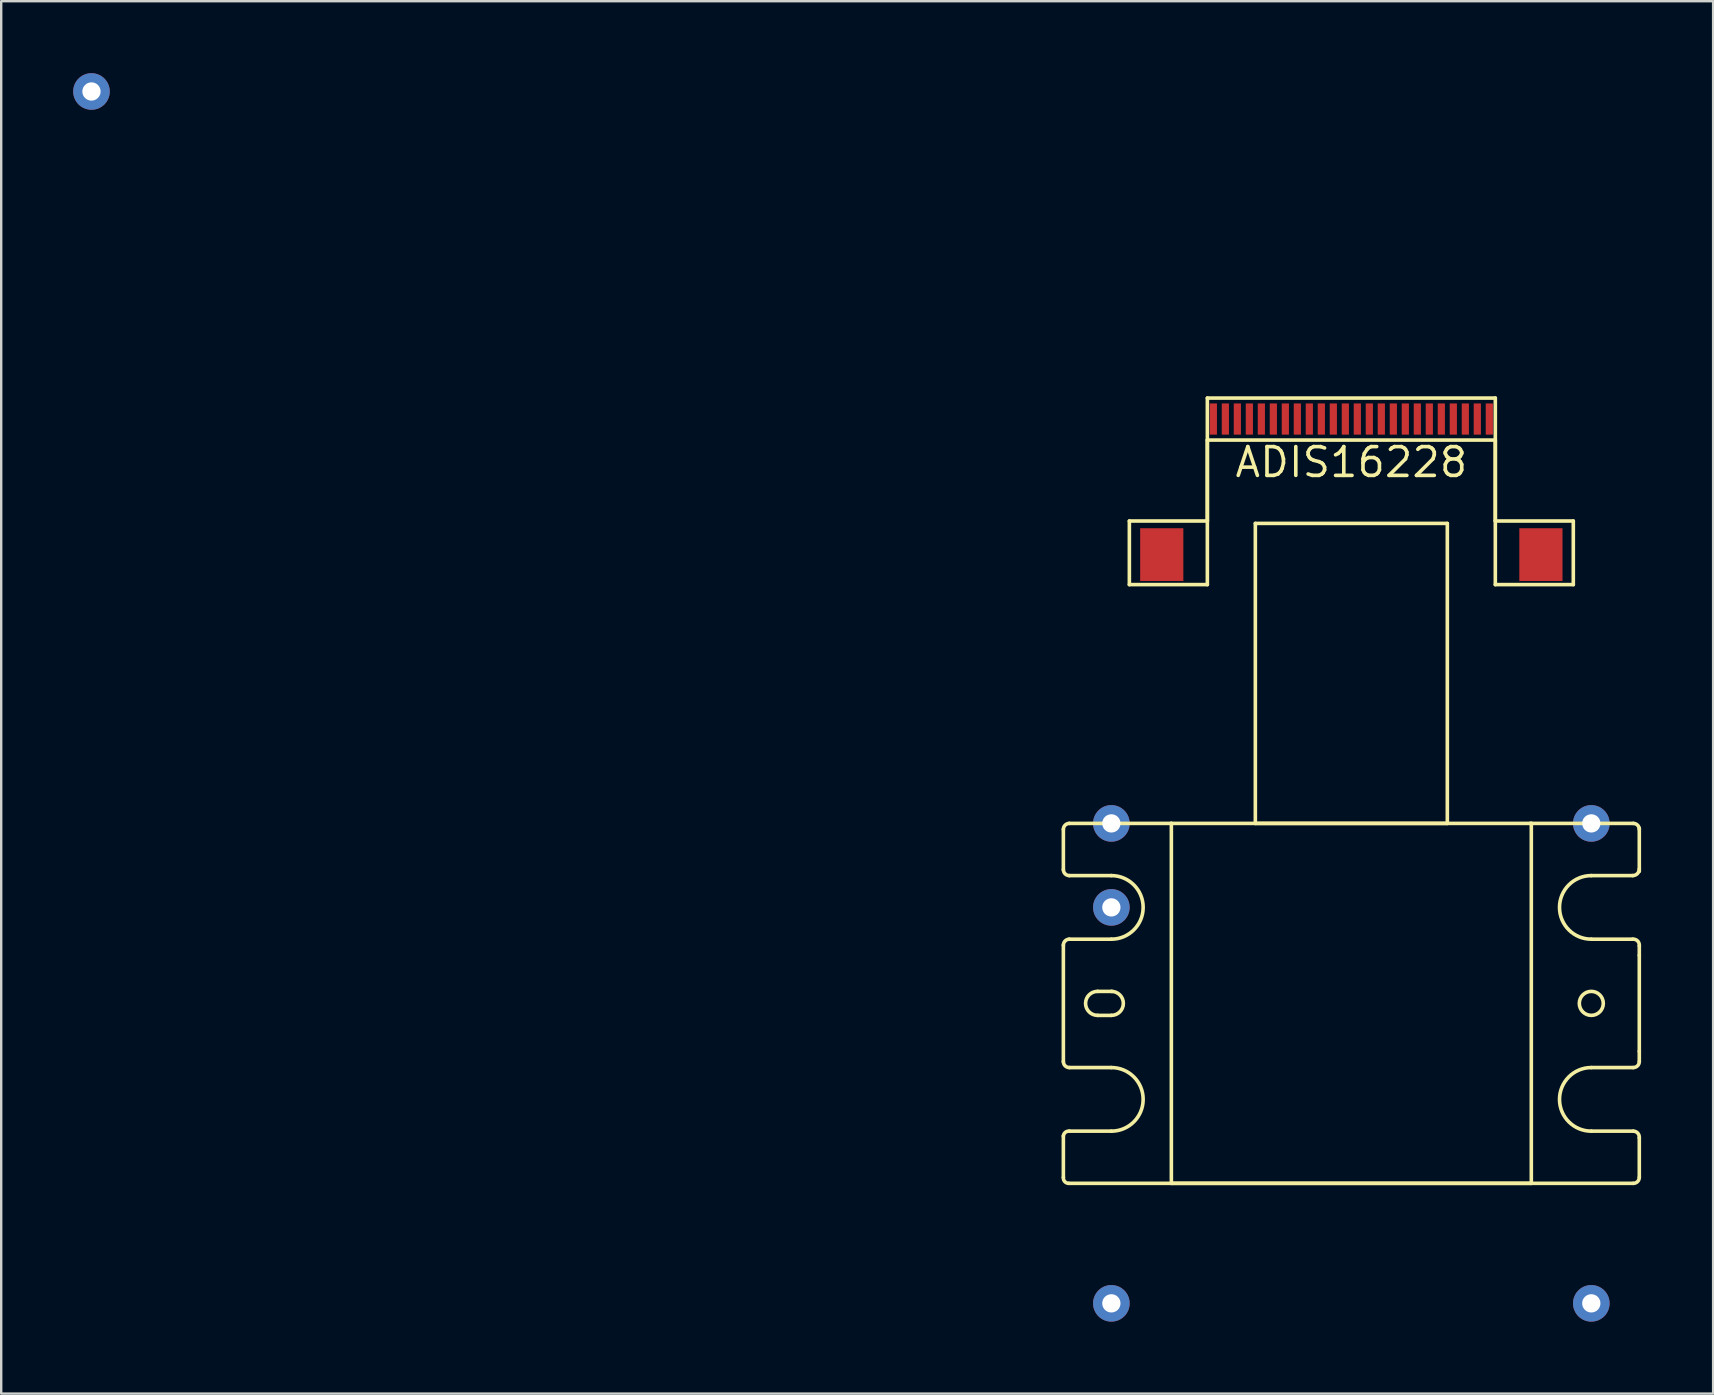
<source format=kicad_pcb>
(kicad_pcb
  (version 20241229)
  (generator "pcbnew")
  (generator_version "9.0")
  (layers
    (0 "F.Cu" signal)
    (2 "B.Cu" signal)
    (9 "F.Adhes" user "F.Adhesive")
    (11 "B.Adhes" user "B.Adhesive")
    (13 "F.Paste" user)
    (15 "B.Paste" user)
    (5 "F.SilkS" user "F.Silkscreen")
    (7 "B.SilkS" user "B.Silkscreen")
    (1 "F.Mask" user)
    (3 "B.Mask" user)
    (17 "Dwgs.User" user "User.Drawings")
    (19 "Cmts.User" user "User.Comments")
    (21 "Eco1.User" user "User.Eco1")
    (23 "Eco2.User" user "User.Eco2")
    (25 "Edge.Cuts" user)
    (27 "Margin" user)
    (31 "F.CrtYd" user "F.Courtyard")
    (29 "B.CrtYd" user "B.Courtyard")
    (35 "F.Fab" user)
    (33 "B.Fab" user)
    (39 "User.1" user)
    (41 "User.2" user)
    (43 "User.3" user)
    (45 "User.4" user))
  (footprint "ADIS16228"
    (layer "F.Cu")
    (at 53.262 21.262)
    (property "Reference" "ADIS16228" (at 0 -5.05 0) (layer "F.SilkS") (effects (font (size 1.2 1.2) (thickness 0.15))))
    (attr through_hole)
    (fp_line (start -12 10.25) (end -12 11.925) (stroke (width 0.15) (type solid)) (layer "F.SilkS"))
    (fp_line (start -12 15.075) (end -12 19.925) (stroke (width 0.15) (type solid)) (layer "F.SilkS"))
    (fp_line (start -12 23.025) (end -12 24.75) (stroke (width 0.15) (type solid)) (layer "F.SilkS"))
    (fp_line (start -11.775 25) (end 11.75 25) (stroke (width 0.15) (type solid)) (layer "F.SilkS"))
    (fp_line (start -11.75 10) (end -7.5 10) (stroke (width 0.15) (type solid)) (layer "F.SilkS"))
    (fp_line (start -10.575 18) (end -10 18) (stroke (width 0.15) (type solid)) (layer "F.SilkS"))
    (fp_line (start -10 12.175) (end -11.75 12.175) (stroke (width 0.15) (type solid)) (layer "F.SilkS"))
    (fp_line (start -10 14.825) (end -11.75 14.825) (stroke (width 0.15) (type solid)) (layer "F.SilkS"))
    (fp_line (start -10 20.175) (end -11.75 20.175) (stroke (width 0.15) (type solid)) (layer "F.SilkS"))
    (fp_line (start -10 22.825) (end -11.75 22.825) (stroke (width 0.15) (type solid)) (layer "F.SilkS"))
    (fp_line (start -9.975 17) (end -10.575 17) (stroke (width 0.15) (type solid)) (layer "F.SilkS"))
    (fp_line (start -9.25 -2.6) (end -6 -2.6) (stroke (width 0.15) (type solid)) (layer "F.SilkS"))
    (fp_line (start -9.25 0.05) (end -9.25 -2.6) (stroke (width 0.15) (type solid)) (layer "F.SilkS"))
    (fp_line (start -7.5 10) (end -7.5 25) (stroke (width 0.15) (type solid)) (layer "F.SilkS"))
    (fp_line (start -7.5 25) (end 7.5 25) (stroke (width 0.15) (type solid)) (layer "F.SilkS"))
    (fp_line (start -6 -7.725) (end 6 -7.725) (stroke (width 0.15) (type solid)) (layer "F.SilkS"))
    (fp_line (start -6 -5.975) (end -6 0.05) (stroke (width 0.15) (type solid)) (layer "F.SilkS"))
    (fp_line (start -6 -5.975) (end 6 -5.975) (stroke (width 0.15) (type solid)) (layer "F.SilkS"))
    (fp_line (start -6 -2.6) (end -6 -7.725) (stroke (width 0.15) (type solid)) (layer "F.SilkS"))
    (fp_line (start -6 0.05) (end -9.25 0.05) (stroke (width 0.15) (type solid)) (layer "F.SilkS"))
    (fp_line (start -4 -2.5) (end 4 -2.5) (stroke (width 0.15) (type solid)) (layer "F.SilkS"))
    (fp_line (start -4 10) (end -4 -2.5) (stroke (width 0.15) (type solid)) (layer "F.SilkS"))
    (fp_line (start 4 -2.5) (end 4 10) (stroke (width 0.15) (type solid)) (layer "F.SilkS"))
    (fp_line (start 4 10) (end -4 10) (stroke (width 0.15) (type solid)) (layer "F.SilkS"))
    (fp_line (start 6 -5.975) (end 6 0.05) (stroke (width 0.15) (type solid)) (layer "F.SilkS"))
    (fp_line (start 6 -2.6) (end 6 -7.725) (stroke (width 0.15) (type solid)) (layer "F.SilkS"))
    (fp_line (start 6 0.05) (end 9.25 0.05) (stroke (width 0.15) (type solid)) (layer "F.SilkS"))
    (fp_line (start 7.5 10) (end -7.5 10) (stroke (width 0.15) (type solid)) (layer "F.SilkS"))
    (fp_line (start 7.5 25) (end 7.5 10) (stroke (width 0.15) (type solid)) (layer "F.SilkS"))
    (fp_line (start 9.25 -2.6) (end 6 -2.6) (stroke (width 0.15) (type solid)) (layer "F.SilkS"))
    (fp_line (start 9.25 0.05) (end 9.25 -2.6) (stroke (width 0.15) (type solid)) (layer "F.SilkS"))
    (fp_line (start 10 12.175) (end 11.725 12.175) (stroke (width 0.15) (type solid)) (layer "F.SilkS"))
    (fp_line (start 10 14.825) (end 11.725 14.825) (stroke (width 0.15) (type solid)) (layer "F.SilkS"))
    (fp_line (start 10 20.175) (end 11.75 20.175) (stroke (width 0.15) (type solid)) (layer "F.SilkS"))
    (fp_line (start 10 22.825) (end 11.75 22.825) (stroke (width 0.15) (type solid)) (layer "F.SilkS"))
    (fp_line (start 11.75 10) (end 7.45 10) (stroke (width 0.15) (type solid)) (layer "F.SilkS"))
    (fp_line (start 12 12) (end 12 10.2) (stroke (width 0.15) (type solid)) (layer "F.SilkS"))
    (fp_line (start 12 15.5) (end 12 15.1) (stroke (width 0.15) (type solid)) (layer "F.SilkS"))
    (fp_line (start 12 15.5) (end 12 19.5) (stroke (width 0.15) (type solid)) (layer "F.SilkS"))
    (fp_line (start 12 19.925) (end 12 19.5) (stroke (width 0.15) (type solid)) (layer "F.SilkS"))
    (fp_line (start 12 23.1) (end 12 24.75) (stroke (width 0.15) (type solid)) (layer "F.SilkS"))
    (fp_arc (start -12 10.25) (mid -11.926777 10.073223) (end -11.75 10) (stroke (width 0.15) (type solid)) (layer "F.SilkS"))
    (fp_arc (start -12 15.075) (mid -11.926777 14.898223) (end -11.75 14.825) (stroke (width 0.15) (type solid)) (layer "F.SilkS"))
    (fp_arc (start -12 23.025) (mid -11.916421 22.873223) (end -11.75 22.825) (stroke (width 0.15) (type solid)) (layer "F.SilkS"))
    (fp_arc (start -11.775 25) (mid -11.942654 24.925057) (end -11.998624 24.750153) (stroke (width 0.15) (type solid)) (layer "F.SilkS"))
    (fp_arc (start -11.75 12.175) (mid -11.926777 12.101777) (end -12 11.925) (stroke (width 0.15) (type solid)) (layer "F.SilkS"))
    (fp_arc (start -11.75 20.175) (mid -11.926777 20.101777) (end -12 19.925) (stroke (width 0.15) (type solid)) (layer "F.SilkS"))
    (fp_arc (start -10.575 18) (mid -11.075 17.5) (end -10.575 17) (stroke (width 0.15) (type solid)) (layer "F.SilkS"))
    (fp_arc (start -10 12.175) (mid -8.675 13.5) (end -10 14.825) (stroke (width 0.15) (type solid)) (layer "F.SilkS"))
    (fp_arc (start -10 17) (mid -9.5 17.5) (end -10 18) (stroke (width 0.15) (type solid)) (layer "F.SilkS"))
    (fp_arc (start -10 20.175) (mid -8.675 21.5) (end -10 22.825) (stroke (width 0.15) (type solid)) (layer "F.SilkS"))
    (fp_arc (start 10 14.825) (mid 8.675 13.5) (end 10 12.175) (stroke (width 0.15) (type solid)) (layer "F.SilkS"))
    (fp_arc (start 10 22.825) (mid 8.675 21.5) (end 10 20.175) (stroke (width 0.15) (type solid)) (layer "F.SilkS"))
    (fp_arc (start 11.725 14.825) (mid 11.927658 14.897342) (end 12 15.1) (stroke (width 0.15) (type solid)) (layer "F.SilkS"))
    (fp_arc (start 11.75 10) (mid 11.926777 10.073223) (end 12 10.25) (stroke (width 0.15) (type solid)) (layer "F.SilkS"))
    (fp_arc (start 11.75 22.825) (mid 11.935363 22.907249) (end 11.998759 23.099876) (stroke (width 0.15) (type solid)) (layer "F.SilkS"))
    (fp_arc (start 12 11.9) (mid 11.919454 12.094454) (end 11.725 12.175) (stroke (width 0.15) (type solid)) (layer "F.SilkS"))
    (fp_arc (start 12 19.925) (mid 11.926777 20.101777) (end 11.75 20.175) (stroke (width 0.15) (type solid)) (layer "F.SilkS"))
    (fp_arc (start 12 24.75) (mid 11.926777 24.926777) (end 11.75 25) (stroke (width 0.15) (type solid)) (layer "F.SilkS"))
    (fp_circle (center 10 17.5) (end 10.5 17.5) (stroke (width 0.15) (type solid)) (fill no) (layer "F.SilkS"))
    (pad "0" smd rect (at -7.9 -1.2) (size 1.8 2.2) (layers "F.Cu" "F.Mask" "F.Paste"))
    (pad "0" smd rect (at 7.9 -1.2) (size 1.8 2.2) (layers "F.Cu" "F.Mask" "F.Paste"))
    (pad "1" smd rect (at -5.75 -6.85) (size 0.3 1.3) (layers "F.Cu" "F.Mask" "F.Paste"))
    (pad "2" smd rect (at -5.25 -6.85) (size 0.3 1.3) (layers "F.Cu" "F.Mask" "F.Paste"))
    (pad "3" smd rect (at -4.75 -6.85) (size 0.3 1.3) (layers "F.Cu" "F.Mask" "F.Paste"))
    (pad "4" smd rect (at -4.25 -6.85) (size 0.3 1.3) (layers "F.Cu" "F.Mask" "F.Paste"))
    (pad "5" smd rect (at -3.75 -6.85) (size 0.3 1.3) (layers "F.Cu" "F.Mask" "F.Paste"))
    (pad "6" smd rect (at -3.25 -6.85) (size 0.3 1.3) (layers "F.Cu" "F.Mask" "F.Paste"))
    (pad "7" smd rect (at -2.75 -6.85) (size 0.3 1.3) (layers "F.Cu" "F.Mask" "F.Paste"))
    (pad "8" smd rect (at -2.25 -6.85) (size 0.3 1.3) (layers "F.Cu" "F.Mask" "F.Paste"))
    (pad "9" smd rect (at -1.75 -6.85) (size 0.3 1.3) (layers "F.Cu" "F.Mask" "F.Paste"))
    (pad "10" smd rect (at -1.25 -6.85) (size 0.3 1.3) (layers "F.Cu" "F.Mask" "F.Paste"))
    (pad "11" smd rect (at -0.75 -6.85) (size 0.3 1.3) (layers "F.Cu" "F.Mask" "F.Paste"))
    (pad "12" smd rect (at -0.25 -6.85) (size 0.3 1.3) (layers "F.Cu" "F.Mask" "F.Paste"))
    (pad "13" smd rect (at 0.25 -6.85) (size 0.3 1.3) (layers "F.Cu" "F.Mask" "F.Paste"))
    (pad "14" smd rect (at 0.75 -6.85) (size 0.3 1.3) (layers "F.Cu" "F.Mask" "F.Paste"))
    (pad "15" smd rect (at 1.25 -6.85) (size 0.3 1.3) (layers "F.Cu" "F.Mask" "F.Paste"))
    (pad "16" smd rect (at 1.75 -6.85) (size 0.3 1.3) (layers "F.Cu" "F.Mask" "F.Paste"))
    (pad "17" smd rect (at 2.25 -6.85) (size 0.3 1.3) (layers "F.Cu" "F.Mask" "F.Paste"))
    (pad "18" smd rect (at 2.75 -6.85) (size 0.3 1.3) (layers "F.Cu" "F.Mask" "F.Paste"))
    (pad "19" smd rect (at 3.25 -6.85) (size 0.3 1.3) (layers "F.Cu" "F.Mask" "F.Paste"))
    (pad "20" smd rect (at 3.75 -6.85) (size 0.3 1.3) (layers "F.Cu" "F.Mask" "F.Paste"))
    (pad "21" smd rect (at 4.25 -6.85) (size 0.3 1.3) (layers "F.Cu" "F.Mask" "F.Paste"))
    (pad "22" smd rect (at 4.75 -6.85) (size 0.3 1.3) (layers "F.Cu" "F.Mask" "F.Paste"))
    (pad "23" smd rect (at 5.25 -6.85) (size 0.3 1.3) (layers "F.Cu" "F.Mask" "F.Paste"))
    (pad "24" smd rect (at 5.75 -6.85) (size 0.3 1.3) (layers "F.Cu" "F.Mask" "F.Paste"))
    (pad "25" thru_hole circle (at -10 10) (size 1.524 1.524) (drill 0.762) (layers "*.Cu" "*.Mask"))
    (pad "26" thru_hole circle (at 10 10) (size 1.524 1.524) (drill 0.762) (layers "*.Cu" "*.Mask"))
    (pad "27" thru_hole circle (at 10 30) (size 1.524 1.524) (drill 0.762) (layers "*.Cu" "*.Mask"))
    (pad "28" thru_hole circle (at -10 30) (size 1.524 1.524) (drill 0.762) (layers "*.Cu" "*.Mask"))
    (pad "29" thru_hole circle (at -52.5 -20.5) (size 1.524 1.524) (drill 0.762) (layers "*.Cu" "*.Mask"))
    (pad "30" thru_hole circle (at -10 13.5) (size 1.524 1.524) (drill 0.762) (layers "*.Cu" "*.Mask")))
  (gr_rect
    (start -3 -3)
    (end 68.338 55.024)
    (stroke (width 0.1) (type default))
    (fill no)
    (layer "Edge.Cuts")))
</source>
